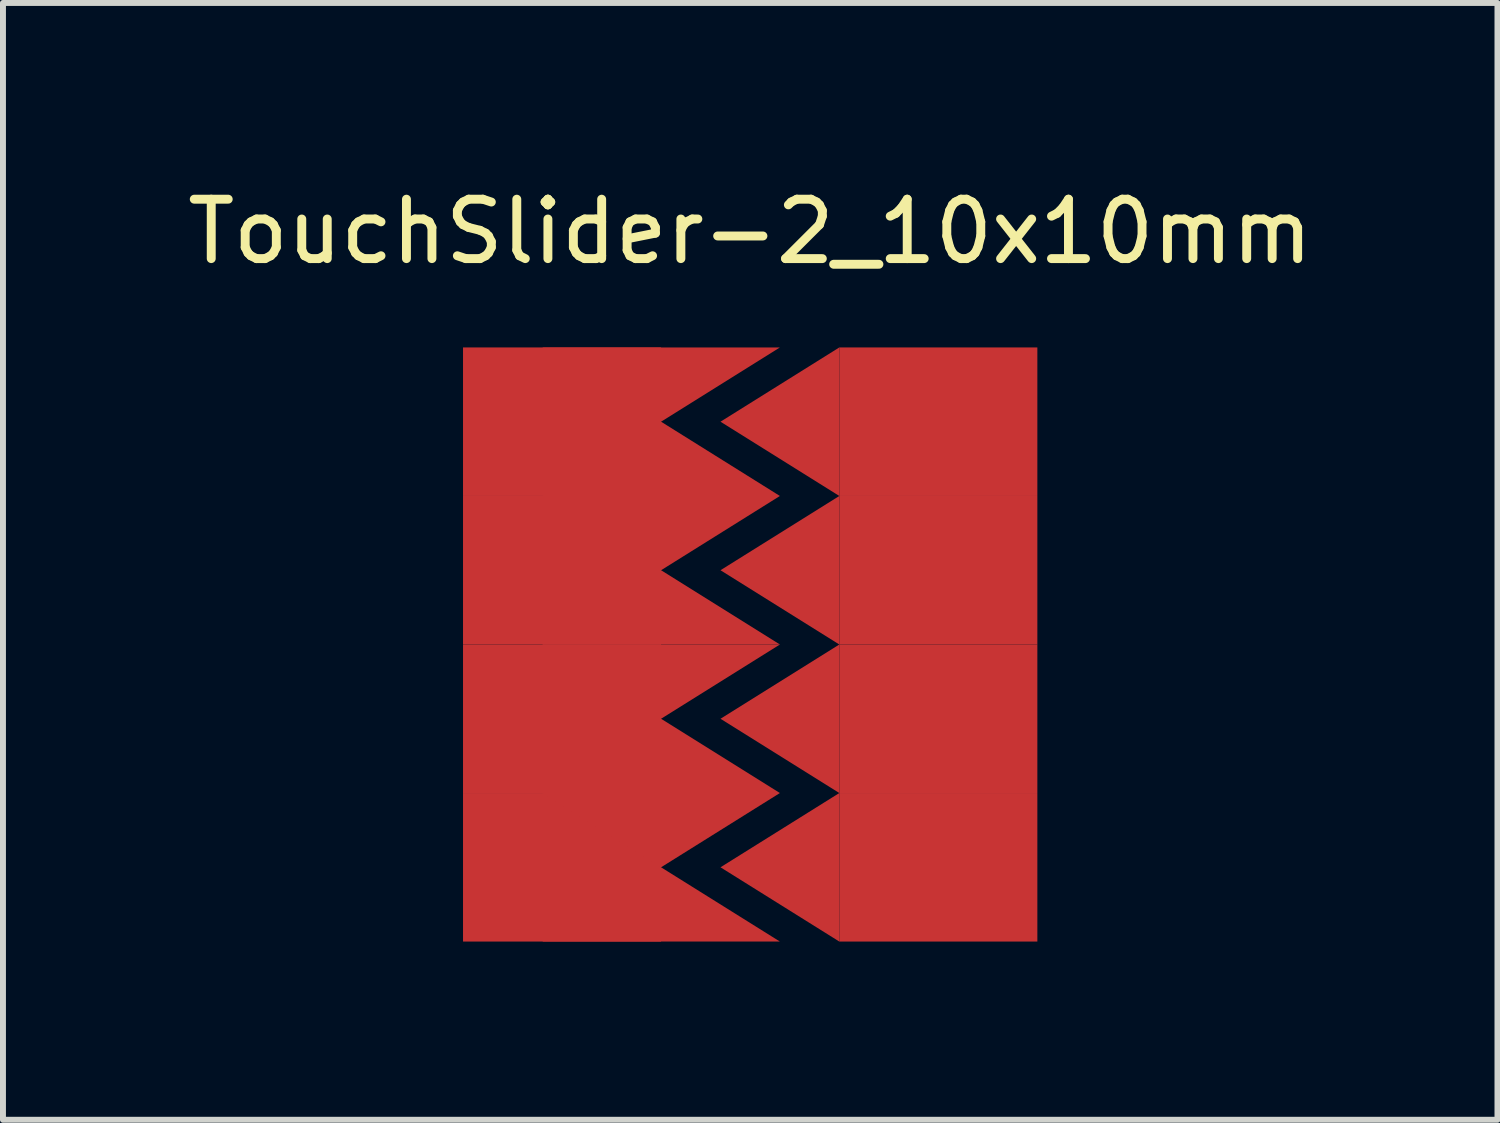
<source format=kicad_pcb>
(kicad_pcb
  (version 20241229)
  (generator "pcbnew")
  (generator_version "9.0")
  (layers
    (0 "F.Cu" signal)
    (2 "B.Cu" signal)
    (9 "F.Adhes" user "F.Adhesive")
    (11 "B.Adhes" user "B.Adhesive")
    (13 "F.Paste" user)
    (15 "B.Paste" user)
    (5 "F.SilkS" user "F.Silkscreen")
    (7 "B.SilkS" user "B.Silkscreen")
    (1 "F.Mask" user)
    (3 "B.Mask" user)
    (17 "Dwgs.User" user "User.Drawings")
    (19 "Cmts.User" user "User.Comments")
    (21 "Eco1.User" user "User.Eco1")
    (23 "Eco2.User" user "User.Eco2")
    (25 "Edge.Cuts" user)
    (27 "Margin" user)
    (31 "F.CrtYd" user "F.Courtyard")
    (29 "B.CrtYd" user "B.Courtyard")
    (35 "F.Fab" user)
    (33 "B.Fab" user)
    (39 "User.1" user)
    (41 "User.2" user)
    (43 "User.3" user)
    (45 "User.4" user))
  (footprint "TouchSlider-2_10x10mm"
    (layer "F.Cu")
    (at 9.577 7.798)
    (property "Reference" "TouchSlider-2_10x10mm" (at 0 -6.95 0) (layer "F.SilkS") (effects (font (size 1 1) (thickness 0.15))))
    (attr smd)
    (pad "1" smd rect (at -3.167 -3.75) (size 3.333 2.5) (layers "F.Cu" "F.Mask"))
    (pad "1" smd rect (at -3.167 -1.25) (size 3.333 2.5) (layers "F.Cu" "F.Mask"))
    (pad "1" smd rect (at -3.167 1.25) (size 3.333 2.5) (layers "F.Cu" "F.Mask"))
    (pad "1" smd rect (at -3.167 3.75) (size 3.333 2.5) (layers "F.Cu" "F.Mask"))
    (pad "1" smd trapezoid (at -1.5 -4.375) (size 2 1.25) (rect_delta 0 -2) (layers "F.Cu" "F.Mask"))
    (pad "1" smd trapezoid (at -1.5 -3.125) (size 2 1.25) (rect_delta 0 2) (layers "F.Cu" "F.Mask"))
    (pad "1" smd trapezoid (at -1.5 -1.875) (size 2 1.25) (rect_delta 0 -2) (layers "F.Cu" "F.Mask"))
    (pad "1" smd trapezoid (at -1.5 -0.625) (size 2 1.25) (rect_delta 0 2) (layers "F.Cu" "F.Mask"))
    (pad "1" smd trapezoid (at -1.5 0.625) (size 2 1.25) (rect_delta 0 -2) (layers "F.Cu" "F.Mask"))
    (pad "1" smd trapezoid (at -1.5 1.875) (size 2 1.25) (rect_delta 0 2) (layers "F.Cu" "F.Mask"))
    (pad "1" smd trapezoid (at -1.5 3.125) (size 2 1.25) (rect_delta 0 -2) (layers "F.Cu" "F.Mask"))
    (pad "1" smd trapezoid (at -1.5 4.375) (size 2 1.25) (rect_delta 0 2) (layers "F.Cu" "F.Mask"))
    (pad "2" smd trapezoid (at 0.5 -3.75) (size 2 1.25) (rect_delta -1.25 0) (layers "F.Cu" "F.Mask"))
    (pad "2" smd trapezoid (at 0.5 -1.25) (size 2 1.25) (rect_delta -1.25 0) (layers "F.Cu" "F.Mask"))
    (pad "2" smd trapezoid (at 0.5 1.25) (size 2 1.25) (rect_delta -1.25 0) (layers "F.Cu" "F.Mask"))
    (pad "2" smd trapezoid (at 0.5 3.75) (size 2 1.25) (rect_delta -1.25 0) (layers "F.Cu" "F.Mask"))
    (pad "2" smd rect (at 3.167 -3.75) (size 3.333 2.5) (layers "F.Cu" "F.Mask"))
    (pad "2" smd rect (at 3.167 -1.25) (size 3.333 2.5) (layers "F.Cu" "F.Mask"))
    (pad "2" smd rect (at 3.167 1.25) (size 3.333 2.5) (layers "F.Cu" "F.Mask"))
    (pad "2" smd rect (at 3.167 3.75) (size 3.333 2.5) (layers "F.Cu" "F.Mask")))
  (gr_rect
    (start -3 -3)
    (end 22.155 15.798)
    (stroke (width 0.1) (type default))
    (fill no)
    (layer "Edge.Cuts")))
</source>
